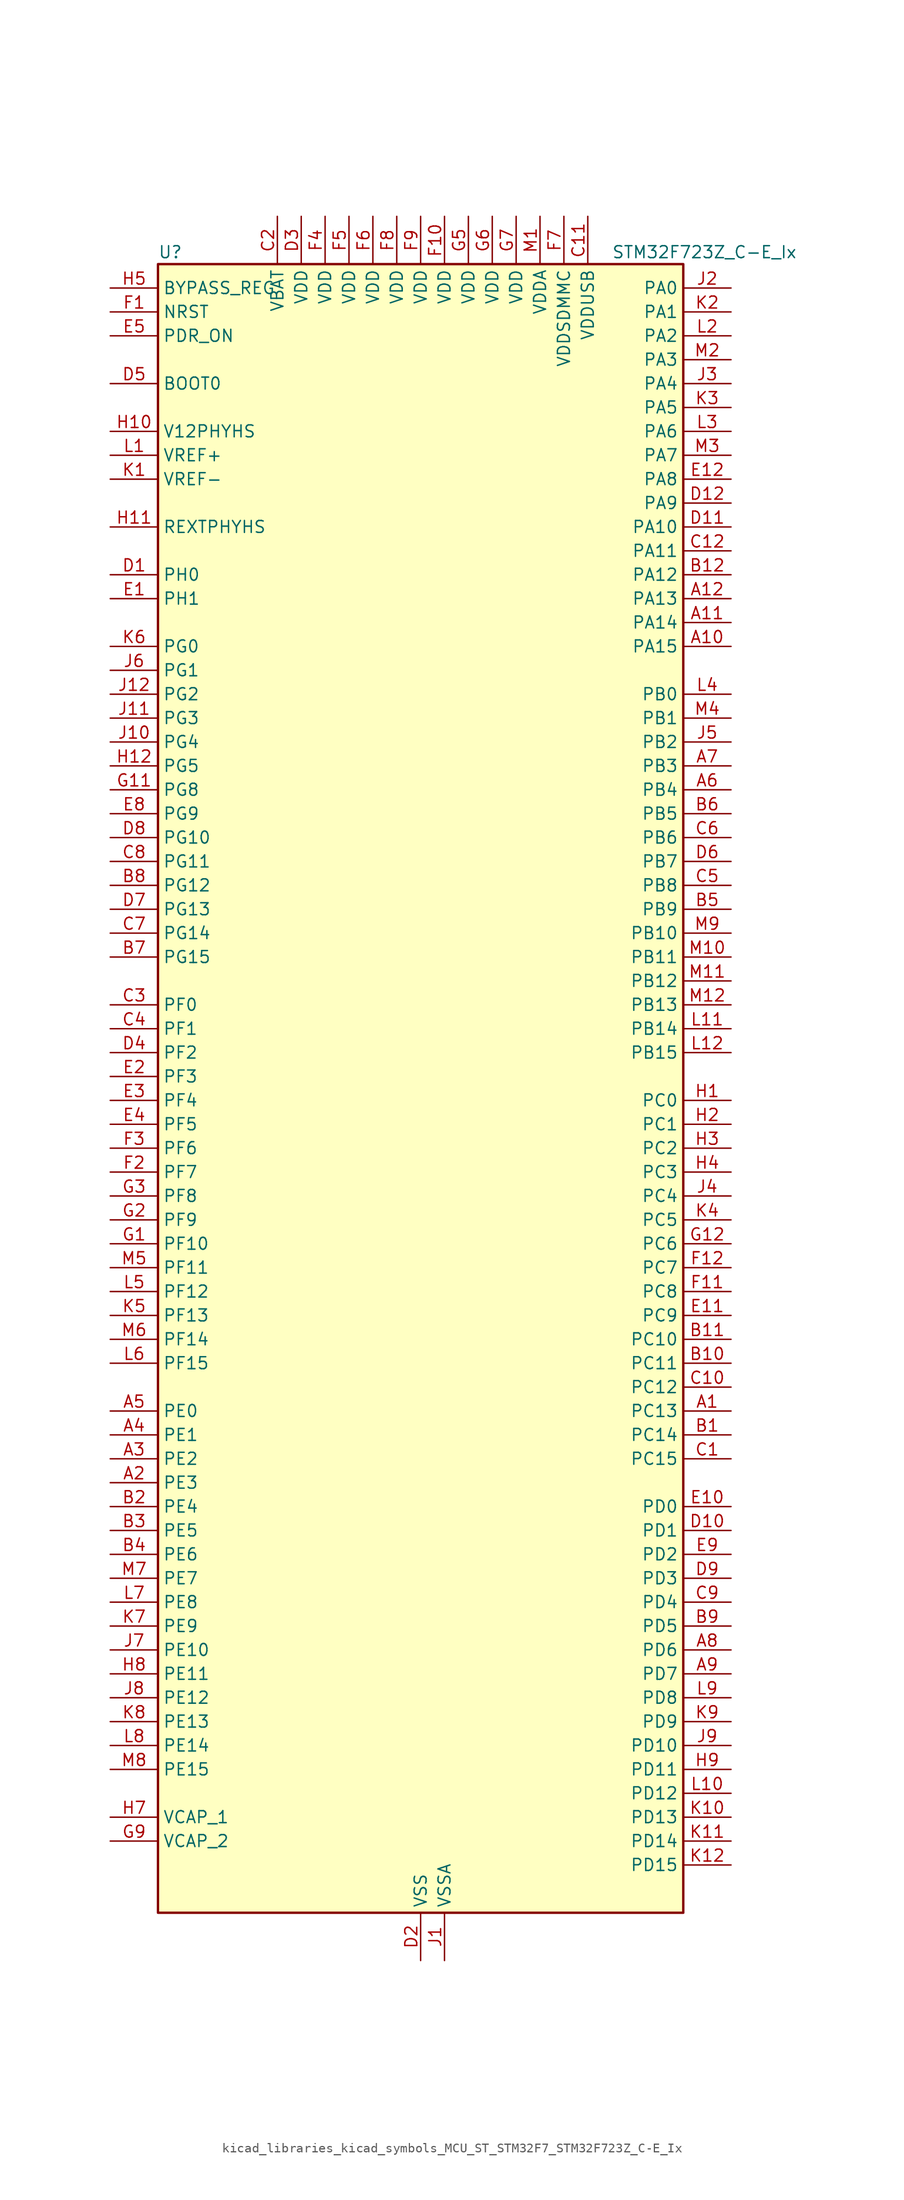
<source format=kicad_sym>
(kicad_symbol_lib
  (version 20220914)
  (generator kicad_symbol_editor)
  (symbol "kicad_libraries_kicad_symbols_MCU_ST_STM32F7_STM32F723Z_C-E_Ix"
    (property "Reference" "U"
      (at -27.94 90.17 0)
      (effects (font (size 1.27 1.27)) (justify left)))
    (property "Value" "STM32F723Z_C-E_Ix"
      (at 20.32 90.17 0)
      (effects (font (size 1.27 1.27)) (justify left)))
    (property "ki_locked" ""
      (at 0 0 0)
      (effects (font (size 1.27 1.27))))
    (symbol "kicad_libraries_kicad_symbols_MCU_ST_STM32F7_STM32F723Z_C-E_Ix_0_1"
      (rectangle (start -27.94 -86.36) (end 27.94 88.9) (stroke (width 0.254) (type default)) (fill (type background))))
    (symbol "kicad_libraries_kicad_symbols_MCU_ST_STM32F7_STM32F723Z_C-E_Ix_1_1"
      (pin bidirectional line (at 33.02 -33.02 180) (length 5.08) (name "PC13" (effects (font (size 1.27 1.27)))) (number "A1" (effects (font (size 1.27 1.27)))) (alternate "RTC_OUT" bidirectional line) (alternate "RTC_TAMP1" bidirectional line) (alternate "RTC_TS" bidirectional line) (alternate "SYS_WKUP4" bidirectional line))
      (pin bidirectional line (at 33.02 48.26 180) (length 5.08) (name "PA15" (effects (font (size 1.27 1.27)))) (number "A10" (effects (font (size 1.27 1.27)))) (alternate "I2S1_WS" bidirectional line) (alternate "I2S3_WS" bidirectional line) (alternate "SPI1_NSS" bidirectional line) (alternate "SPI3_NSS" bidirectional line) (alternate "SYS_JTDI" bidirectional line) (alternate "TIM2_CH1" bidirectional line) (alternate "TIM2_ETR" bidirectional line) (alternate "UART4_DE" bidirectional line) (alternate "UART4_RTS" bidirectional line))
      (pin bidirectional line (at 33.02 50.8 180) (length 5.08) (name "PA14" (effects (font (size 1.27 1.27)))) (number "A11" (effects (font (size 1.27 1.27)))) (alternate "SYS_JTCK-SWCLK" bidirectional line))
      (pin bidirectional line (at 33.02 53.34 180) (length 5.08) (name "PA13" (effects (font (size 1.27 1.27)))) (number "A12" (effects (font (size 1.27 1.27)))) (alternate "SYS_JTMS-SWDIO" bidirectional line))
      (pin bidirectional line (at -33.02 -40.64 0) (length 5.08) (name "PE3" (effects (font (size 1.27 1.27)))) (number "A2" (effects (font (size 1.27 1.27)))) (alternate "FMC_A19" bidirectional line) (alternate "SAI1_SD_B" bidirectional line) (alternate "SYS_TRACED0" bidirectional line))
      (pin bidirectional line (at -33.02 -38.1 0) (length 5.08) (name "PE2" (effects (font (size 1.27 1.27)))) (number "A3" (effects (font (size 1.27 1.27)))) (alternate "FMC_A23" bidirectional line) (alternate "QUADSPI_BK1_IO2" bidirectional line) (alternate "SAI1_MCLK_A" bidirectional line) (alternate "SPI4_SCK" bidirectional line) (alternate "SYS_TRACECLK" bidirectional line))
      (pin bidirectional line (at -33.02 -35.56 0) (length 5.08) (name "PE1" (effects (font (size 1.27 1.27)))) (number "A4" (effects (font (size 1.27 1.27)))) (alternate "FMC_NBL1" bidirectional line) (alternate "LPTIM1_IN2" bidirectional line) (alternate "UART8_TX" bidirectional line))
      (pin bidirectional line (at -33.02 -33.02 0) (length 5.08) (name "PE0" (effects (font (size 1.27 1.27)))) (number "A5" (effects (font (size 1.27 1.27)))) (alternate "FMC_NBL0" bidirectional line) (alternate "LPTIM1_ETR" bidirectional line) (alternate "SAI2_MCLK_A" bidirectional line) (alternate "TIM4_ETR" bidirectional line) (alternate "UART8_RX" bidirectional line))
      (pin bidirectional line (at 33.02 33.02 180) (length 5.08) (name "PB4" (effects (font (size 1.27 1.27)))) (number "A6" (effects (font (size 1.27 1.27)))) (alternate "I2S2_WS" bidirectional line) (alternate "SDMMC2_D3" bidirectional line) (alternate "SPI1_MISO" bidirectional line) (alternate "SPI2_NSS" bidirectional line) (alternate "SPI3_MISO" bidirectional line) (alternate "SYS_JTRST" bidirectional line) (alternate "TIM3_CH1" bidirectional line))
      (pin bidirectional line (at 33.02 35.56 180) (length 5.08) (name "PB3" (effects (font (size 1.27 1.27)))) (number "A7" (effects (font (size 1.27 1.27)))) (alternate "I2S1_CK" bidirectional line) (alternate "I2S3_CK" bidirectional line) (alternate "SDMMC2_D2" bidirectional line) (alternate "SPI1_SCK" bidirectional line) (alternate "SPI3_SCK" bidirectional line) (alternate "SYS_JTDO-SWO" bidirectional line) (alternate "TIM2_CH2" bidirectional line))
      (pin bidirectional line (at 33.02 -58.42 180) (length 5.08) (name "PD6" (effects (font (size 1.27 1.27)))) (number "A8" (effects (font (size 1.27 1.27)))) (alternate "FMC_NWAIT" bidirectional line) (alternate "I2S3_SD" bidirectional line) (alternate "SAI1_SD_A" bidirectional line) (alternate "SDMMC2_CK" bidirectional line) (alternate "SPI3_MOSI" bidirectional line) (alternate "USART2_RX" bidirectional line))
      (pin bidirectional line (at 33.02 -60.96 180) (length 5.08) (name "PD7" (effects (font (size 1.27 1.27)))) (number "A9" (effects (font (size 1.27 1.27)))) (alternate "FMC_NE1" bidirectional line) (alternate "SDMMC2_CMD" bidirectional line) (alternate "USART2_CK" bidirectional line))
      (pin bidirectional line (at 33.02 -35.56 180) (length 5.08) (name "PC14" (effects (font (size 1.27 1.27)))) (number "B1" (effects (font (size 1.27 1.27)))) (alternate "RCC_OSC32_IN" bidirectional line))
      (pin bidirectional line (at 33.02 -27.94 180) (length 5.08) (name "PC11" (effects (font (size 1.27 1.27)))) (number "B10" (effects (font (size 1.27 1.27)))) (alternate "ADC1_EXTI11" bidirectional line) (alternate "ADC2_EXTI11" bidirectional line) (alternate "ADC3_EXTI11" bidirectional line) (alternate "QUADSPI_BK2_NCS" bidirectional line) (alternate "SDMMC1_D3" bidirectional line) (alternate "SPI3_MISO" bidirectional line) (alternate "UART4_RX" bidirectional line) (alternate "USART3_RX" bidirectional line))
      (pin bidirectional line (at 33.02 -25.4 180) (length 5.08) (name "PC10" (effects (font (size 1.27 1.27)))) (number "B11" (effects (font (size 1.27 1.27)))) (alternate "I2S3_CK" bidirectional line) (alternate "QUADSPI_BK1_IO1" bidirectional line) (alternate "SDMMC1_D2" bidirectional line) (alternate "SPI3_SCK" bidirectional line) (alternate "UART4_TX" bidirectional line) (alternate "USART3_TX" bidirectional line))
      (pin bidirectional line (at 33.02 55.88 180) (length 5.08) (name "PA12" (effects (font (size 1.27 1.27)))) (number "B12" (effects (font (size 1.27 1.27)))) (alternate "CAN1_TX" bidirectional line) (alternate "SAI2_FS_B" bidirectional line) (alternate "TIM1_ETR" bidirectional line) (alternate "USART1_DE" bidirectional line) (alternate "USART1_RTS" bidirectional line) (alternate "USB_OTG_FS_DP" bidirectional line))
      (pin bidirectional line (at -33.02 -43.18 0) (length 5.08) (name "PE4" (effects (font (size 1.27 1.27)))) (number "B2" (effects (font (size 1.27 1.27)))) (alternate "FMC_A20" bidirectional line) (alternate "SAI1_FS_A" bidirectional line) (alternate "SPI4_NSS" bidirectional line) (alternate "SYS_TRACED1" bidirectional line))
      (pin bidirectional line (at -33.02 -45.72 0) (length 5.08) (name "PE5" (effects (font (size 1.27 1.27)))) (number "B3" (effects (font (size 1.27 1.27)))) (alternate "FMC_A21" bidirectional line) (alternate "SAI1_SCK_A" bidirectional line) (alternate "SPI4_MISO" bidirectional line) (alternate "SYS_TRACED2" bidirectional line) (alternate "TIM9_CH1" bidirectional line))
      (pin bidirectional line (at -33.02 -48.26 0) (length 5.08) (name "PE6" (effects (font (size 1.27 1.27)))) (number "B4" (effects (font (size 1.27 1.27)))) (alternate "FMC_A22" bidirectional line) (alternate "SAI1_SD_A" bidirectional line) (alternate "SAI2_MCLK_B" bidirectional line) (alternate "SPI4_MOSI" bidirectional line) (alternate "SYS_TRACED3" bidirectional line) (alternate "TIM1_BKIN2" bidirectional line) (alternate "TIM9_CH2" bidirectional line))
      (pin bidirectional line (at 33.02 20.32 180) (length 5.08) (name "PB9" (effects (font (size 1.27 1.27)))) (number "B5" (effects (font (size 1.27 1.27)))) (alternate "CAN1_TX" bidirectional line) (alternate "DAC_EXTI9" bidirectional line) (alternate "I2C1_SDA" bidirectional line) (alternate "I2S2_WS" bidirectional line) (alternate "SDMMC1_D5" bidirectional line) (alternate "SDMMC2_D5" bidirectional line) (alternate "SPI2_NSS" bidirectional line) (alternate "TIM11_CH1" bidirectional line) (alternate "TIM4_CH4" bidirectional line))
      (pin bidirectional line (at 33.02 30.48 180) (length 5.08) (name "PB5" (effects (font (size 1.27 1.27)))) (number "B6" (effects (font (size 1.27 1.27)))) (alternate "FMC_SDCKE1" bidirectional line) (alternate "I2C1_SMBA" bidirectional line) (alternate "I2S1_SD" bidirectional line) (alternate "I2S3_SD" bidirectional line) (alternate "SPI1_MOSI" bidirectional line) (alternate "SPI3_MOSI" bidirectional line) (alternate "TIM3_CH2" bidirectional line))
      (pin bidirectional line (at -33.02 15.24 0) (length 5.08) (name "PG15" (effects (font (size 1.27 1.27)))) (number "B7" (effects (font (size 1.27 1.27)))) (alternate "FMC_SDNCAS" bidirectional line) (alternate "USART6_CTS" bidirectional line))
      (pin bidirectional line (at -33.02 22.86 0) (length 5.08) (name "PG12" (effects (font (size 1.27 1.27)))) (number "B8" (effects (font (size 1.27 1.27)))) (alternate "FMC_NE4" bidirectional line) (alternate "LPTIM1_IN1" bidirectional line) (alternate "SDMMC2_D3" bidirectional line) (alternate "USART6_DE" bidirectional line) (alternate "USART6_RTS" bidirectional line))
      (pin bidirectional line (at 33.02 -55.88 180) (length 5.08) (name "PD5" (effects (font (size 1.27 1.27)))) (number "B9" (effects (font (size 1.27 1.27)))) (alternate "FMC_NWE" bidirectional line) (alternate "USART2_TX" bidirectional line))
      (pin bidirectional line (at 33.02 -38.1 180) (length 5.08) (name "PC15" (effects (font (size 1.27 1.27)))) (number "C1" (effects (font (size 1.27 1.27)))) (alternate "RCC_OSC32_OUT" bidirectional line))
      (pin bidirectional line (at 33.02 -30.48 180) (length 5.08) (name "PC12" (effects (font (size 1.27 1.27)))) (number "C10" (effects (font (size 1.27 1.27)))) (alternate "I2S3_SD" bidirectional line) (alternate "SDMMC1_CK" bidirectional line) (alternate "SPI3_MOSI" bidirectional line) (alternate "SYS_TRACED3" bidirectional line) (alternate "UART5_TX" bidirectional line) (alternate "USART3_CK" bidirectional line))
      (pin power_in line (at 17.78 93.98 270) (length 5.08) (name "VDDUSB" (effects (font (size 1.27 1.27)))) (number "C11" (effects (font (size 1.27 1.27)))))
      (pin bidirectional line (at 33.02 58.42 180) (length 5.08) (name "PA11" (effects (font (size 1.27 1.27)))) (number "C12" (effects (font (size 1.27 1.27)))) (alternate "ADC1_EXTI11" bidirectional line) (alternate "ADC2_EXTI11" bidirectional line) (alternate "ADC3_EXTI11" bidirectional line) (alternate "CAN1_RX" bidirectional line) (alternate "TIM1_CH4" bidirectional line) (alternate "USART1_CTS" bidirectional line) (alternate "USB_OTG_FS_DM" bidirectional line))
      (pin power_in line (at -15.24 93.98 270) (length 5.08) (name "VBAT" (effects (font (size 1.27 1.27)))) (number "C2" (effects (font (size 1.27 1.27)))))
      (pin bidirectional line (at -33.02 10.16 0) (length 5.08) (name "PF0" (effects (font (size 1.27 1.27)))) (number "C3" (effects (font (size 1.27 1.27)))) (alternate "FMC_A0" bidirectional line) (alternate "I2C2_SDA" bidirectional line))
      (pin bidirectional line (at -33.02 7.62 0) (length 5.08) (name "PF1" (effects (font (size 1.27 1.27)))) (number "C4" (effects (font (size 1.27 1.27)))) (alternate "FMC_A1" bidirectional line) (alternate "I2C2_SCL" bidirectional line))
      (pin bidirectional line (at 33.02 22.86 180) (length 5.08) (name "PB8" (effects (font (size 1.27 1.27)))) (number "C5" (effects (font (size 1.27 1.27)))) (alternate "CAN1_RX" bidirectional line) (alternate "I2C1_SCL" bidirectional line) (alternate "SDMMC1_D4" bidirectional line) (alternate "SDMMC2_D4" bidirectional line) (alternate "TIM10_CH1" bidirectional line) (alternate "TIM4_CH3" bidirectional line))
      (pin bidirectional line (at 33.02 27.94 180) (length 5.08) (name "PB6" (effects (font (size 1.27 1.27)))) (number "C6" (effects (font (size 1.27 1.27)))) (alternate "FMC_SDNE1" bidirectional line) (alternate "I2C1_SCL" bidirectional line) (alternate "QUADSPI_BK1_NCS" bidirectional line) (alternate "TIM4_CH1" bidirectional line) (alternate "USART1_TX" bidirectional line))
      (pin bidirectional line (at -33.02 17.78 0) (length 5.08) (name "PG14" (effects (font (size 1.27 1.27)))) (number "C7" (effects (font (size 1.27 1.27)))) (alternate "FMC_A25" bidirectional line) (alternate "LPTIM1_ETR" bidirectional line) (alternate "QUADSPI_BK2_IO3" bidirectional line) (alternate "SYS_TRACED1" bidirectional line) (alternate "USART6_TX" bidirectional line))
      (pin bidirectional line (at -33.02 25.4 0) (length 5.08) (name "PG11" (effects (font (size 1.27 1.27)))) (number "C8" (effects (font (size 1.27 1.27)))) (alternate "ADC1_EXTI11" bidirectional line) (alternate "ADC2_EXTI11" bidirectional line) (alternate "ADC3_EXTI11" bidirectional line) (alternate "FMC_INT" bidirectional line) (alternate "SDMMC2_D2" bidirectional line))
      (pin bidirectional line (at 33.02 -53.34 180) (length 5.08) (name "PD4" (effects (font (size 1.27 1.27)))) (number "C9" (effects (font (size 1.27 1.27)))) (alternate "FMC_NOE" bidirectional line) (alternate "USART2_DE" bidirectional line) (alternate "USART2_RTS" bidirectional line))
      (pin bidirectional line (at -33.02 55.88 0) (length 5.08) (name "PH0" (effects (font (size 1.27 1.27)))) (number "D1" (effects (font (size 1.27 1.27)))) (alternate "RCC_OSC_IN" bidirectional line))
      (pin bidirectional line (at 33.02 -45.72 180) (length 5.08) (name "PD1" (effects (font (size 1.27 1.27)))) (number "D10" (effects (font (size 1.27 1.27)))) (alternate "CAN1_TX" bidirectional line) (alternate "FMC_D3" bidirectional line) (alternate "FMC_DA3" bidirectional line))
      (pin bidirectional line (at 33.02 60.96 180) (length 5.08) (name "PA10" (effects (font (size 1.27 1.27)))) (number "D11" (effects (font (size 1.27 1.27)))) (alternate "TIM1_CH3" bidirectional line) (alternate "USART1_RX" bidirectional line) (alternate "USB_OTG_FS_ID" bidirectional line))
      (pin bidirectional line (at 33.02 63.5 180) (length 5.08) (name "PA9" (effects (font (size 1.27 1.27)))) (number "D12" (effects (font (size 1.27 1.27)))) (alternate "DAC_EXTI9" bidirectional line) (alternate "I2C3_SMBA" bidirectional line) (alternate "I2S2_CK" bidirectional line) (alternate "SPI2_SCK" bidirectional line) (alternate "TIM1_CH2" bidirectional line) (alternate "USART1_TX" bidirectional line) (alternate "USB_OTG_FS_VBUS" bidirectional line))
      (pin power_in line (at 0 -91.44 90) (length 5.08) (name "VSS" (effects (font (size 1.27 1.27)))) (number "D2" (effects (font (size 1.27 1.27)))))
      (pin power_in line (at -12.7 93.98 270) (length 5.08) (name "VDD" (effects (font (size 1.27 1.27)))) (number "D3" (effects (font (size 1.27 1.27)))))
      (pin bidirectional line (at -33.02 5.08 0) (length 5.08) (name "PF2" (effects (font (size 1.27 1.27)))) (number "D4" (effects (font (size 1.27 1.27)))) (alternate "FMC_A2" bidirectional line) (alternate "I2C2_SMBA" bidirectional line))
      (pin input line (at -33.02 76.2 0) (length 5.08) (name "BOOT0" (effects (font (size 1.27 1.27)))) (number "D5" (effects (font (size 1.27 1.27)))))
      (pin bidirectional line (at 33.02 25.4 180) (length 5.08) (name "PB7" (effects (font (size 1.27 1.27)))) (number "D6" (effects (font (size 1.27 1.27)))) (alternate "FMC_NL" bidirectional line) (alternate "I2C1_SDA" bidirectional line) (alternate "TIM4_CH2" bidirectional line) (alternate "USART1_RX" bidirectional line))
      (pin bidirectional line (at -33.02 20.32 0) (length 5.08) (name "PG13" (effects (font (size 1.27 1.27)))) (number "D7" (effects (font (size 1.27 1.27)))) (alternate "FMC_A24" bidirectional line) (alternate "LPTIM1_OUT" bidirectional line) (alternate "SYS_TRACED0" bidirectional line) (alternate "USART6_CTS" bidirectional line))
      (pin bidirectional line (at -33.02 27.94 0) (length 5.08) (name "PG10" (effects (font (size 1.27 1.27)))) (number "D8" (effects (font (size 1.27 1.27)))) (alternate "FMC_NE3" bidirectional line) (alternate "SAI2_SD_B" bidirectional line) (alternate "SDMMC2_D1" bidirectional line))
      (pin bidirectional line (at 33.02 -50.8 180) (length 5.08) (name "PD3" (effects (font (size 1.27 1.27)))) (number "D9" (effects (font (size 1.27 1.27)))) (alternate "FMC_CLK" bidirectional line) (alternate "I2S2_CK" bidirectional line) (alternate "SPI2_SCK" bidirectional line) (alternate "USART2_CTS" bidirectional line))
      (pin bidirectional line (at -33.02 53.34 0) (length 5.08) (name "PH1" (effects (font (size 1.27 1.27)))) (number "E1" (effects (font (size 1.27 1.27)))) (alternate "RCC_OSC_OUT" bidirectional line))
      (pin bidirectional line (at 33.02 -43.18 180) (length 5.08) (name "PD0" (effects (font (size 1.27 1.27)))) (number "E10" (effects (font (size 1.27 1.27)))) (alternate "CAN1_RX" bidirectional line) (alternate "FMC_D2" bidirectional line) (alternate "FMC_DA2" bidirectional line))
      (pin bidirectional line (at 33.02 -22.86 180) (length 5.08) (name "PC9" (effects (font (size 1.27 1.27)))) (number "E11" (effects (font (size 1.27 1.27)))) (alternate "DAC_EXTI9" bidirectional line) (alternate "I2C3_SDA" bidirectional line) (alternate "I2S_CKIN" bidirectional line) (alternate "QUADSPI_BK1_IO0" bidirectional line) (alternate "RCC_MCO_2" bidirectional line) (alternate "SDMMC1_D1" bidirectional line) (alternate "TIM3_CH4" bidirectional line) (alternate "TIM8_CH4" bidirectional line) (alternate "UART5_CTS" bidirectional line))
      (pin bidirectional line (at 33.02 66.04 180) (length 5.08) (name "PA8" (effects (font (size 1.27 1.27)))) (number "E12" (effects (font (size 1.27 1.27)))) (alternate "I2C3_SCL" bidirectional line) (alternate "RCC_MCO_1" bidirectional line) (alternate "TIM1_CH1" bidirectional line) (alternate "TIM8_BKIN2" bidirectional line) (alternate "USART1_CK" bidirectional line) (alternate "USB_OTG_FS_SOF" bidirectional line))
      (pin bidirectional line (at -33.02 2.54 0) (length 5.08) (name "PF3" (effects (font (size 1.27 1.27)))) (number "E2" (effects (font (size 1.27 1.27)))) (alternate "ADC3_IN9" bidirectional line) (alternate "FMC_A3" bidirectional line))
      (pin bidirectional line (at -33.02 0 0) (length 5.08) (name "PF4" (effects (font (size 1.27 1.27)))) (number "E3" (effects (font (size 1.27 1.27)))) (alternate "ADC3_IN14" bidirectional line) (alternate "FMC_A4" bidirectional line))
      (pin bidirectional line (at -33.02 -2.54 0) (length 5.08) (name "PF5" (effects (font (size 1.27 1.27)))) (number "E4" (effects (font (size 1.27 1.27)))) (alternate "ADC3_IN15" bidirectional line) (alternate "FMC_A5" bidirectional line))
      (pin input line (at -33.02 81.28 0) (length 5.08) (name "PDR_ON" (effects (font (size 1.27 1.27)))) (number "E5" (effects (font (size 1.27 1.27)))))
      (pin passive line (at 0 -91.44 90) (length 5.08) hide (name "VSS" (effects (font (size 1.27 1.27)))) (number "E6" (effects (font (size 1.27 1.27)))))
      (pin passive line (at 0 -91.44 90) (length 5.08) hide (name "VSS" (effects (font (size 1.27 1.27)))) (number "E7" (effects (font (size 1.27 1.27)))))
      (pin bidirectional line (at -33.02 30.48 0) (length 5.08) (name "PG9" (effects (font (size 1.27 1.27)))) (number "E8" (effects (font (size 1.27 1.27)))) (alternate "DAC_EXTI9" bidirectional line) (alternate "FMC_NCE" bidirectional line) (alternate "FMC_NE2" bidirectional line) (alternate "QUADSPI_BK2_IO2" bidirectional line) (alternate "SAI2_FS_B" bidirectional line) (alternate "SDMMC2_D0" bidirectional line) (alternate "USART6_RX" bidirectional line))
      (pin bidirectional line (at 33.02 -48.26 180) (length 5.08) (name "PD2" (effects (font (size 1.27 1.27)))) (number "E9" (effects (font (size 1.27 1.27)))) (alternate "SDMMC1_CMD" bidirectional line) (alternate "SYS_TRACED2" bidirectional line) (alternate "TIM3_ETR" bidirectional line) (alternate "UART5_RX" bidirectional line))
      (pin input line (at -33.02 83.82 0) (length 5.08) (name "NRST" (effects (font (size 1.27 1.27)))) (number "F1" (effects (font (size 1.27 1.27)))))
      (pin power_in line (at 2.54 93.98 270) (length 5.08) (name "VDD" (effects (font (size 1.27 1.27)))) (number "F10" (effects (font (size 1.27 1.27)))))
      (pin bidirectional line (at 33.02 -20.32 180) (length 5.08) (name "PC8" (effects (font (size 1.27 1.27)))) (number "F11" (effects (font (size 1.27 1.27)))) (alternate "SDMMC1_D0" bidirectional line) (alternate "SYS_TRACED1" bidirectional line) (alternate "TIM3_CH3" bidirectional line) (alternate "TIM8_CH3" bidirectional line) (alternate "UART5_DE" bidirectional line) (alternate "UART5_RTS" bidirectional line) (alternate "USART6_CK" bidirectional line))
      (pin bidirectional line (at 33.02 -17.78 180) (length 5.08) (name "PC7" (effects (font (size 1.27 1.27)))) (number "F12" (effects (font (size 1.27 1.27)))) (alternate "I2S3_MCK" bidirectional line) (alternate "SDMMC1_D7" bidirectional line) (alternate "SDMMC2_D7" bidirectional line) (alternate "TIM3_CH2" bidirectional line) (alternate "TIM8_CH2" bidirectional line) (alternate "USART6_RX" bidirectional line))
      (pin bidirectional line (at -33.02 -7.62 0) (length 5.08) (name "PF7" (effects (font (size 1.27 1.27)))) (number "F2" (effects (font (size 1.27 1.27)))) (alternate "ADC3_IN5" bidirectional line) (alternate "QUADSPI_BK1_IO2" bidirectional line) (alternate "SAI1_MCLK_B" bidirectional line) (alternate "SPI5_SCK" bidirectional line) (alternate "TIM11_CH1" bidirectional line) (alternate "UART7_TX" bidirectional line))
      (pin bidirectional line (at -33.02 -5.08 0) (length 5.08) (name "PF6" (effects (font (size 1.27 1.27)))) (number "F3" (effects (font (size 1.27 1.27)))) (alternate "ADC3_IN4" bidirectional line) (alternate "QUADSPI_BK1_IO3" bidirectional line) (alternate "SAI1_SD_B" bidirectional line) (alternate "SPI5_NSS" bidirectional line) (alternate "TIM10_CH1" bidirectional line) (alternate "UART7_RX" bidirectional line))
      (pin power_in line (at -10.16 93.98 270) (length 5.08) (name "VDD" (effects (font (size 1.27 1.27)))) (number "F4" (effects (font (size 1.27 1.27)))))
      (pin power_in line (at -7.62 93.98 270) (length 5.08) (name "VDD" (effects (font (size 1.27 1.27)))) (number "F5" (effects (font (size 1.27 1.27)))))
      (pin power_in line (at -5.08 93.98 270) (length 5.08) (name "VDD" (effects (font (size 1.27 1.27)))) (number "F6" (effects (font (size 1.27 1.27)))))
      (pin power_in line (at 15.24 93.98 270) (length 5.08) (name "VDDSDMMC" (effects (font (size 1.27 1.27)))) (number "F7" (effects (font (size 1.27 1.27)))))
      (pin power_in line (at -2.54 93.98 270) (length 5.08) (name "VDD" (effects (font (size 1.27 1.27)))) (number "F8" (effects (font (size 1.27 1.27)))))
      (pin power_in line (at 0 93.98 270) (length 5.08) (name "VDD" (effects (font (size 1.27 1.27)))) (number "F9" (effects (font (size 1.27 1.27)))))
      (pin bidirectional line (at -33.02 -15.24 0) (length 5.08) (name "PF10" (effects (font (size 1.27 1.27)))) (number "G1" (effects (font (size 1.27 1.27)))) (alternate "ADC3_IN8" bidirectional line))
      (pin passive line (at 0 -91.44 90) (length 5.08) hide (name "VSS" (effects (font (size 1.27 1.27)))) (number "G10" (effects (font (size 1.27 1.27)))))
      (pin bidirectional line (at -33.02 33.02 0) (length 5.08) (name "PG8" (effects (font (size 1.27 1.27)))) (number "G11" (effects (font (size 1.27 1.27)))) (alternate "FMC_SDCLK" bidirectional line) (alternate "USART6_DE" bidirectional line) (alternate "USART6_RTS" bidirectional line))
      (pin bidirectional line (at 33.02 -15.24 180) (length 5.08) (name "PC6" (effects (font (size 1.27 1.27)))) (number "G12" (effects (font (size 1.27 1.27)))) (alternate "I2S2_MCK" bidirectional line) (alternate "SDMMC1_D6" bidirectional line) (alternate "SDMMC2_D6" bidirectional line) (alternate "TIM3_CH1" bidirectional line) (alternate "TIM8_CH1" bidirectional line) (alternate "USART6_TX" bidirectional line))
      (pin bidirectional line (at -33.02 -12.7 0) (length 5.08) (name "PF9" (effects (font (size 1.27 1.27)))) (number "G2" (effects (font (size 1.27 1.27)))) (alternate "ADC3_IN7" bidirectional line) (alternate "DAC_EXTI9" bidirectional line) (alternate "QUADSPI_BK1_IO1" bidirectional line) (alternate "SAI1_FS_B" bidirectional line) (alternate "SPI5_MOSI" bidirectional line) (alternate "TIM14_CH1" bidirectional line) (alternate "UART7_CTS" bidirectional line))
      (pin bidirectional line (at -33.02 -10.16 0) (length 5.08) (name "PF8" (effects (font (size 1.27 1.27)))) (number "G3" (effects (font (size 1.27 1.27)))) (alternate "ADC3_IN6" bidirectional line) (alternate "QUADSPI_BK1_IO0" bidirectional line) (alternate "SAI1_SCK_B" bidirectional line) (alternate "SPI5_MISO" bidirectional line) (alternate "TIM13_CH1" bidirectional line) (alternate "UART7_DE" bidirectional line) (alternate "UART7_RTS" bidirectional line))
      (pin passive line (at 0 -91.44 90) (length 5.08) hide (name "VSS" (effects (font (size 1.27 1.27)))) (number "G4" (effects (font (size 1.27 1.27)))))
      (pin power_in line (at 5.08 93.98 270) (length 5.08) (name "VDD" (effects (font (size 1.27 1.27)))) (number "G5" (effects (font (size 1.27 1.27)))))
      (pin power_in line (at 7.62 93.98 270) (length 5.08) (name "VDD" (effects (font (size 1.27 1.27)))) (number "G6" (effects (font (size 1.27 1.27)))))
      (pin power_in line (at 10.16 93.98 270) (length 5.08) (name "VDD" (effects (font (size 1.27 1.27)))) (number "G7" (effects (font (size 1.27 1.27)))))
      (pin passive line (at 0 -91.44 90) (length 5.08) hide (name "VSS" (effects (font (size 1.27 1.27)))) (number "G8" (effects (font (size 1.27 1.27)))))
      (pin power_out line (at -33.02 -78.74 0) (length 5.08) (name "VCAP_2" (effects (font (size 1.27 1.27)))) (number "G9" (effects (font (size 1.27 1.27)))))
      (pin bidirectional line (at 33.02 0 180) (length 5.08) (name "PC0" (effects (font (size 1.27 1.27)))) (number "H1" (effects (font (size 1.27 1.27)))) (alternate "ADC1_IN10" bidirectional line) (alternate "ADC2_IN10" bidirectional line) (alternate "ADC3_IN10" bidirectional line) (alternate "FMC_SDNWE" bidirectional line) (alternate "SAI2_FS_B" bidirectional line))
      (pin power_in line (at -33.02 71.12 0) (length 5.08) (name "V12PHYHS" (effects (font (size 1.27 1.27)))) (number "H10" (effects (font (size 1.27 1.27)))))
      (pin bidirectional line (at -33.02 60.96 0) (length 5.08) (name "REXTPHYHS" (effects (font (size 1.27 1.27)))) (number "H11" (effects (font (size 1.27 1.27)))) (alternate "USB_OTG_HS_REXTPHYHS" bidirectional line))
      (pin bidirectional line (at -33.02 35.56 0) (length 5.08) (name "PG5" (effects (font (size 1.27 1.27)))) (number "H12" (effects (font (size 1.27 1.27)))) (alternate "FMC_A15" bidirectional line) (alternate "FMC_BA1" bidirectional line))
      (pin bidirectional line (at 33.02 -2.54 180) (length 5.08) (name "PC1" (effects (font (size 1.27 1.27)))) (number "H2" (effects (font (size 1.27 1.27)))) (alternate "ADC1_IN11" bidirectional line) (alternate "ADC2_IN11" bidirectional line) (alternate "ADC3_IN11" bidirectional line) (alternate "I2S2_SD" bidirectional line) (alternate "RTC_TAMP3" bidirectional line) (alternate "RTC_TS" bidirectional line) (alternate "SAI1_SD_A" bidirectional line) (alternate "SPI2_MOSI" bidirectional line) (alternate "SYS_TRACED0" bidirectional line) (alternate "SYS_WKUP3" bidirectional line))
      (pin bidirectional line (at 33.02 -5.08 180) (length 5.08) (name "PC2" (effects (font (size 1.27 1.27)))) (number "H3" (effects (font (size 1.27 1.27)))) (alternate "ADC1_IN12" bidirectional line) (alternate "ADC2_IN12" bidirectional line) (alternate "ADC3_IN12" bidirectional line) (alternate "FMC_SDNE0" bidirectional line) (alternate "SPI2_MISO" bidirectional line))
      (pin bidirectional line (at 33.02 -7.62 180) (length 5.08) (name "PC3" (effects (font (size 1.27 1.27)))) (number "H4" (effects (font (size 1.27 1.27)))) (alternate "ADC1_IN13" bidirectional line) (alternate "ADC2_IN13" bidirectional line) (alternate "ADC3_IN13" bidirectional line) (alternate "FMC_SDCKE0" bidirectional line) (alternate "I2S2_SD" bidirectional line) (alternate "SPI2_MOSI" bidirectional line))
      (pin input line (at -33.02 86.36 0) (length 5.08) (name "BYPASS_REG" (effects (font (size 1.27 1.27)))) (number "H5" (effects (font (size 1.27 1.27)))))
      (pin passive line (at 0 -91.44 90) (length 5.08) hide (name "VSS" (effects (font (size 1.27 1.27)))) (number "H6" (effects (font (size 1.27 1.27)))))
      (pin power_out line (at -33.02 -76.2 0) (length 5.08) (name "VCAP_1" (effects (font (size 1.27 1.27)))) (number "H7" (effects (font (size 1.27 1.27)))))
      (pin bidirectional line (at -33.02 -60.96 0) (length 5.08) (name "PE11" (effects (font (size 1.27 1.27)))) (number "H8" (effects (font (size 1.27 1.27)))) (alternate "ADC1_EXTI11" bidirectional line) (alternate "ADC2_EXTI11" bidirectional line) (alternate "ADC3_EXTI11" bidirectional line) (alternate "FMC_D8" bidirectional line) (alternate "FMC_DA8" bidirectional line) (alternate "SAI2_SD_B" bidirectional line) (alternate "SPI4_NSS" bidirectional line) (alternate "TIM1_CH2" bidirectional line))
      (pin bidirectional line (at 33.02 -71.12 180) (length 5.08) (name "PD11" (effects (font (size 1.27 1.27)))) (number "H9" (effects (font (size 1.27 1.27)))) (alternate "ADC1_EXTI11" bidirectional line) (alternate "ADC2_EXTI11" bidirectional line) (alternate "ADC3_EXTI11" bidirectional line) (alternate "FMC_A16" bidirectional line) (alternate "FMC_CLE" bidirectional line) (alternate "QUADSPI_BK1_IO0" bidirectional line) (alternate "SAI2_SD_A" bidirectional line) (alternate "USART3_CTS" bidirectional line))
      (pin power_in line (at 2.54 -91.44 90) (length 5.08) (name "VSSA" (effects (font (size 1.27 1.27)))) (number "J1" (effects (font (size 1.27 1.27)))))
      (pin bidirectional line (at -33.02 38.1 0) (length 5.08) (name "PG4" (effects (font (size 1.27 1.27)))) (number "J10" (effects (font (size 1.27 1.27)))) (alternate "FMC_A14" bidirectional line) (alternate "FMC_BA0" bidirectional line))
      (pin bidirectional line (at -33.02 40.64 0) (length 5.08) (name "PG3" (effects (font (size 1.27 1.27)))) (number "J11" (effects (font (size 1.27 1.27)))) (alternate "FMC_A13" bidirectional line))
      (pin bidirectional line (at -33.02 43.18 0) (length 5.08) (name "PG2" (effects (font (size 1.27 1.27)))) (number "J12" (effects (font (size 1.27 1.27)))) (alternate "FMC_A12" bidirectional line))
      (pin bidirectional line (at 33.02 86.36 180) (length 5.08) (name "PA0" (effects (font (size 1.27 1.27)))) (number "J2" (effects (font (size 1.27 1.27)))) (alternate "ADC1_IN0" bidirectional line) (alternate "ADC2_IN0" bidirectional line) (alternate "ADC3_IN0" bidirectional line) (alternate "SAI2_SD_B" bidirectional line) (alternate "SYS_WKUP1" bidirectional line) (alternate "TIM2_CH1" bidirectional line) (alternate "TIM2_ETR" bidirectional line) (alternate "TIM5_CH1" bidirectional line) (alternate "TIM8_ETR" bidirectional line) (alternate "UART4_TX" bidirectional line) (alternate "USART2_CTS" bidirectional line))
      (pin bidirectional line (at 33.02 76.2 180) (length 5.08) (name "PA4" (effects (font (size 1.27 1.27)))) (number "J3" (effects (font (size 1.27 1.27)))) (alternate "ADC1_IN4" bidirectional line) (alternate "ADC2_IN4" bidirectional line) (alternate "DAC_OUT1" bidirectional line) (alternate "I2S1_WS" bidirectional line) (alternate "I2S3_WS" bidirectional line) (alternate "SPI1_NSS" bidirectional line) (alternate "SPI3_NSS" bidirectional line) (alternate "USART2_CK" bidirectional line) (alternate "USB_OTG_HS_SOF" bidirectional line))
      (pin bidirectional line (at 33.02 -10.16 180) (length 5.08) (name "PC4" (effects (font (size 1.27 1.27)))) (number "J4" (effects (font (size 1.27 1.27)))) (alternate "ADC1_IN14" bidirectional line) (alternate "ADC2_IN14" bidirectional line) (alternate "FMC_SDNE0" bidirectional line) (alternate "I2S1_MCK" bidirectional line))
      (pin bidirectional line (at 33.02 38.1 180) (length 5.08) (name "PB2" (effects (font (size 1.27 1.27)))) (number "J5" (effects (font (size 1.27 1.27)))) (alternate "I2S3_SD" bidirectional line) (alternate "QUADSPI_CLK" bidirectional line) (alternate "SAI1_SD_A" bidirectional line) (alternate "SPI3_MOSI" bidirectional line))
      (pin bidirectional line (at -33.02 45.72 0) (length 5.08) (name "PG1" (effects (font (size 1.27 1.27)))) (number "J6" (effects (font (size 1.27 1.27)))) (alternate "FMC_A11" bidirectional line))
      (pin bidirectional line (at -33.02 -58.42 0) (length 5.08) (name "PE10" (effects (font (size 1.27 1.27)))) (number "J7" (effects (font (size 1.27 1.27)))) (alternate "FMC_D7" bidirectional line) (alternate "FMC_DA7" bidirectional line) (alternate "QUADSPI_BK2_IO3" bidirectional line) (alternate "TIM1_CH2N" bidirectional line) (alternate "UART7_CTS" bidirectional line))
      (pin bidirectional line (at -33.02 -63.5 0) (length 5.08) (name "PE12" (effects (font (size 1.27 1.27)))) (number "J8" (effects (font (size 1.27 1.27)))) (alternate "FMC_D9" bidirectional line) (alternate "FMC_DA9" bidirectional line) (alternate "SAI2_SCK_B" bidirectional line) (alternate "SPI4_SCK" bidirectional line) (alternate "TIM1_CH3N" bidirectional line))
      (pin bidirectional line (at 33.02 -68.58 180) (length 5.08) (name "PD10" (effects (font (size 1.27 1.27)))) (number "J9" (effects (font (size 1.27 1.27)))) (alternate "FMC_D15" bidirectional line) (alternate "FMC_DA15" bidirectional line) (alternate "USART3_CK" bidirectional line))
      (pin input line (at -33.02 66.04 0) (length 5.08) (name "VREF-" (effects (font (size 1.27 1.27)))) (number "K1" (effects (font (size 1.27 1.27)))))
      (pin bidirectional line (at 33.02 -76.2 180) (length 5.08) (name "PD13" (effects (font (size 1.27 1.27)))) (number "K10" (effects (font (size 1.27 1.27)))) (alternate "FMC_A18" bidirectional line) (alternate "LPTIM1_OUT" bidirectional line) (alternate "QUADSPI_BK1_IO3" bidirectional line) (alternate "SAI2_SCK_A" bidirectional line) (alternate "TIM4_CH2" bidirectional line))
      (pin bidirectional line (at 33.02 -78.74 180) (length 5.08) (name "PD14" (effects (font (size 1.27 1.27)))) (number "K11" (effects (font (size 1.27 1.27)))) (alternate "FMC_D0" bidirectional line) (alternate "FMC_DA0" bidirectional line) (alternate "TIM4_CH3" bidirectional line) (alternate "UART8_CTS" bidirectional line))
      (pin bidirectional line (at 33.02 -81.28 180) (length 5.08) (name "PD15" (effects (font (size 1.27 1.27)))) (number "K12" (effects (font (size 1.27 1.27)))) (alternate "FMC_D1" bidirectional line) (alternate "FMC_DA1" bidirectional line) (alternate "TIM4_CH4" bidirectional line) (alternate "UART8_DE" bidirectional line) (alternate "UART8_RTS" bidirectional line))
      (pin bidirectional line (at 33.02 83.82 180) (length 5.08) (name "PA1" (effects (font (size 1.27 1.27)))) (number "K2" (effects (font (size 1.27 1.27)))) (alternate "ADC1_IN1" bidirectional line) (alternate "ADC2_IN1" bidirectional line) (alternate "ADC3_IN1" bidirectional line) (alternate "QUADSPI_BK1_IO3" bidirectional line) (alternate "SAI2_MCLK_B" bidirectional line) (alternate "TIM2_CH2" bidirectional line) (alternate "TIM5_CH2" bidirectional line) (alternate "UART4_RX" bidirectional line) (alternate "USART2_DE" bidirectional line) (alternate "USART2_RTS" bidirectional line))
      (pin bidirectional line (at 33.02 73.66 180) (length 5.08) (name "PA5" (effects (font (size 1.27 1.27)))) (number "K3" (effects (font (size 1.27 1.27)))) (alternate "ADC1_IN5" bidirectional line) (alternate "ADC2_IN5" bidirectional line) (alternate "DAC_OUT2" bidirectional line) (alternate "I2S1_CK" bidirectional line) (alternate "SPI1_SCK" bidirectional line) (alternate "TIM2_CH1" bidirectional line) (alternate "TIM2_ETR" bidirectional line) (alternate "TIM8_CH1N" bidirectional line))
      (pin bidirectional line (at 33.02 -12.7 180) (length 5.08) (name "PC5" (effects (font (size 1.27 1.27)))) (number "K4" (effects (font (size 1.27 1.27)))) (alternate "ADC1_IN15" bidirectional line) (alternate "ADC2_IN15" bidirectional line) (alternate "FMC_SDCKE0" bidirectional line))
      (pin bidirectional line (at -33.02 -22.86 0) (length 5.08) (name "PF13" (effects (font (size 1.27 1.27)))) (number "K5" (effects (font (size 1.27 1.27)))) (alternate "FMC_A7" bidirectional line))
      (pin bidirectional line (at -33.02 48.26 0) (length 5.08) (name "PG0" (effects (font (size 1.27 1.27)))) (number "K6" (effects (font (size 1.27 1.27)))) (alternate "FMC_A10" bidirectional line))
      (pin bidirectional line (at -33.02 -55.88 0) (length 5.08) (name "PE9" (effects (font (size 1.27 1.27)))) (number "K7" (effects (font (size 1.27 1.27)))) (alternate "DAC_EXTI9" bidirectional line) (alternate "FMC_D6" bidirectional line) (alternate "FMC_DA6" bidirectional line) (alternate "QUADSPI_BK2_IO2" bidirectional line) (alternate "TIM1_CH1" bidirectional line) (alternate "UART7_DE" bidirectional line) (alternate "UART7_RTS" bidirectional line))
      (pin bidirectional line (at -33.02 -66.04 0) (length 5.08) (name "PE13" (effects (font (size 1.27 1.27)))) (number "K8" (effects (font (size 1.27 1.27)))) (alternate "FMC_D10" bidirectional line) (alternate "FMC_DA10" bidirectional line) (alternate "SAI2_FS_B" bidirectional line) (alternate "SPI4_MISO" bidirectional line) (alternate "TIM1_CH3" bidirectional line))
      (pin bidirectional line (at 33.02 -66.04 180) (length 5.08) (name "PD9" (effects (font (size 1.27 1.27)))) (number "K9" (effects (font (size 1.27 1.27)))) (alternate "DAC_EXTI9" bidirectional line) (alternate "FMC_D14" bidirectional line) (alternate "FMC_DA14" bidirectional line) (alternate "USART3_RX" bidirectional line))
      (pin input line (at -33.02 68.58 0) (length 5.08) (name "VREF+" (effects (font (size 1.27 1.27)))) (number "L1" (effects (font (size 1.27 1.27)))))
      (pin bidirectional line (at 33.02 -73.66 180) (length 5.08) (name "PD12" (effects (font (size 1.27 1.27)))) (number "L10" (effects (font (size 1.27 1.27)))) (alternate "FMC_A17" bidirectional line) (alternate "FMC_ALE" bidirectional line) (alternate "LPTIM1_IN1" bidirectional line) (alternate "QUADSPI_BK1_IO1" bidirectional line) (alternate "SAI2_FS_A" bidirectional line) (alternate "TIM4_CH1" bidirectional line) (alternate "USART3_DE" bidirectional line) (alternate "USART3_RTS" bidirectional line))
      (pin bidirectional line (at 33.02 7.62 180) (length 5.08) (name "PB14" (effects (font (size 1.27 1.27)))) (number "L11" (effects (font (size 1.27 1.27)))) (alternate "USB_OTG_HS_DM" bidirectional line))
      (pin bidirectional line (at 33.02 5.08 180) (length 5.08) (name "PB15" (effects (font (size 1.27 1.27)))) (number "L12" (effects (font (size 1.27 1.27)))) (alternate "USB_OTG_HS_DP" bidirectional line))
      (pin bidirectional line (at 33.02 81.28 180) (length 5.08) (name "PA2" (effects (font (size 1.27 1.27)))) (number "L2" (effects (font (size 1.27 1.27)))) (alternate "ADC1_IN2" bidirectional line) (alternate "ADC2_IN2" bidirectional line) (alternate "ADC3_IN2" bidirectional line) (alternate "SAI2_SCK_B" bidirectional line) (alternate "SYS_WKUP2" bidirectional line) (alternate "TIM2_CH3" bidirectional line) (alternate "TIM5_CH3" bidirectional line) (alternate "TIM9_CH1" bidirectional line) (alternate "USART2_TX" bidirectional line))
      (pin bidirectional line (at 33.02 71.12 180) (length 5.08) (name "PA6" (effects (font (size 1.27 1.27)))) (number "L3" (effects (font (size 1.27 1.27)))) (alternate "ADC1_IN6" bidirectional line) (alternate "ADC2_IN6" bidirectional line) (alternate "SPI1_MISO" bidirectional line) (alternate "TIM13_CH1" bidirectional line) (alternate "TIM1_BKIN" bidirectional line) (alternate "TIM3_CH1" bidirectional line) (alternate "TIM8_BKIN" bidirectional line))
      (pin bidirectional line (at 33.02 43.18 180) (length 5.08) (name "PB0" (effects (font (size 1.27 1.27)))) (number "L4" (effects (font (size 1.27 1.27)))) (alternate "ADC1_IN8" bidirectional line) (alternate "ADC2_IN8" bidirectional line) (alternate "TIM1_CH2N" bidirectional line) (alternate "TIM3_CH3" bidirectional line) (alternate "TIM8_CH2N" bidirectional line) (alternate "UART4_CTS" bidirectional line))
      (pin bidirectional line (at -33.02 -20.32 0) (length 5.08) (name "PF12" (effects (font (size 1.27 1.27)))) (number "L5" (effects (font (size 1.27 1.27)))) (alternate "FMC_A6" bidirectional line))
      (pin bidirectional line (at -33.02 -27.94 0) (length 5.08) (name "PF15" (effects (font (size 1.27 1.27)))) (number "L6" (effects (font (size 1.27 1.27)))) (alternate "FMC_A9" bidirectional line))
      (pin bidirectional line (at -33.02 -53.34 0) (length 5.08) (name "PE8" (effects (font (size 1.27 1.27)))) (number "L7" (effects (font (size 1.27 1.27)))) (alternate "FMC_D5" bidirectional line) (alternate "FMC_DA5" bidirectional line) (alternate "QUADSPI_BK2_IO1" bidirectional line) (alternate "TIM1_CH1N" bidirectional line) (alternate "UART7_TX" bidirectional line))
      (pin bidirectional line (at -33.02 -68.58 0) (length 5.08) (name "PE14" (effects (font (size 1.27 1.27)))) (number "L8" (effects (font (size 1.27 1.27)))) (alternate "FMC_D11" bidirectional line) (alternate "FMC_DA11" bidirectional line) (alternate "SAI2_MCLK_B" bidirectional line) (alternate "SPI4_MOSI" bidirectional line) (alternate "TIM1_CH4" bidirectional line))
      (pin bidirectional line (at 33.02 -63.5 180) (length 5.08) (name "PD8" (effects (font (size 1.27 1.27)))) (number "L9" (effects (font (size 1.27 1.27)))) (alternate "FMC_D13" bidirectional line) (alternate "FMC_DA13" bidirectional line) (alternate "USART3_TX" bidirectional line))
      (pin power_in line (at 12.7 93.98 270) (length 5.08) (name "VDDA" (effects (font (size 1.27 1.27)))) (number "M1" (effects (font (size 1.27 1.27)))))
      (pin bidirectional line (at 33.02 15.24 180) (length 5.08) (name "PB11" (effects (font (size 1.27 1.27)))) (number "M10" (effects (font (size 1.27 1.27)))) (alternate "ADC1_EXTI11" bidirectional line) (alternate "ADC2_EXTI11" bidirectional line) (alternate "ADC3_EXTI11" bidirectional line) (alternate "I2C2_SDA" bidirectional line) (alternate "TIM2_CH4" bidirectional line) (alternate "USART3_RX" bidirectional line))
      (pin bidirectional line (at 33.02 12.7 180) (length 5.08) (name "PB12" (effects (font (size 1.27 1.27)))) (number "M11" (effects (font (size 1.27 1.27)))) (alternate "I2C2_SMBA" bidirectional line) (alternate "I2S2_WS" bidirectional line) (alternate "SPI2_NSS" bidirectional line) (alternate "TIM1_BKIN" bidirectional line) (alternate "USART3_CK" bidirectional line) (alternate "USB_OTG_HS_ID" bidirectional line))
      (pin bidirectional line (at 33.02 10.16 180) (length 5.08) (name "PB13" (effects (font (size 1.27 1.27)))) (number "M12" (effects (font (size 1.27 1.27)))) (alternate "I2S2_CK" bidirectional line) (alternate "SPI2_SCK" bidirectional line) (alternate "TIM1_CH1N" bidirectional line) (alternate "USART3_CTS" bidirectional line) (alternate "USB_OTG_HS_VBUS" bidirectional line))
      (pin bidirectional line (at 33.02 78.74 180) (length 5.08) (name "PA3" (effects (font (size 1.27 1.27)))) (number "M2" (effects (font (size 1.27 1.27)))) (alternate "ADC1_IN3" bidirectional line) (alternate "ADC2_IN3" bidirectional line) (alternate "ADC3_IN3" bidirectional line) (alternate "TIM2_CH4" bidirectional line) (alternate "TIM5_CH4" bidirectional line) (alternate "TIM9_CH2" bidirectional line) (alternate "USART2_RX" bidirectional line))
      (pin bidirectional line (at 33.02 68.58 180) (length 5.08) (name "PA7" (effects (font (size 1.27 1.27)))) (number "M3" (effects (font (size 1.27 1.27)))) (alternate "ADC1_IN7" bidirectional line) (alternate "ADC2_IN7" bidirectional line) (alternate "FMC_SDNWE" bidirectional line) (alternate "I2S1_SD" bidirectional line) (alternate "SPI1_MOSI" bidirectional line) (alternate "TIM14_CH1" bidirectional line) (alternate "TIM1_CH1N" bidirectional line) (alternate "TIM3_CH2" bidirectional line) (alternate "TIM8_CH1N" bidirectional line))
      (pin bidirectional line (at 33.02 40.64 180) (length 5.08) (name "PB1" (effects (font (size 1.27 1.27)))) (number "M4" (effects (font (size 1.27 1.27)))) (alternate "ADC1_IN9" bidirectional line) (alternate "ADC2_IN9" bidirectional line) (alternate "TIM1_CH3N" bidirectional line) (alternate "TIM3_CH4" bidirectional line) (alternate "TIM8_CH3N" bidirectional line))
      (pin bidirectional line (at -33.02 -17.78 0) (length 5.08) (name "PF11" (effects (font (size 1.27 1.27)))) (number "M5" (effects (font (size 1.27 1.27)))) (alternate "ADC1_EXTI11" bidirectional line) (alternate "ADC2_EXTI11" bidirectional line) (alternate "ADC3_EXTI11" bidirectional line) (alternate "FMC_SDNRAS" bidirectional line) (alternate "SAI2_SD_B" bidirectional line) (alternate "SPI5_MOSI" bidirectional line))
      (pin bidirectional line (at -33.02 -25.4 0) (length 5.08) (name "PF14" (effects (font (size 1.27 1.27)))) (number "M6" (effects (font (size 1.27 1.27)))) (alternate "FMC_A8" bidirectional line))
      (pin bidirectional line (at -33.02 -50.8 0) (length 5.08) (name "PE7" (effects (font (size 1.27 1.27)))) (number "M7" (effects (font (size 1.27 1.27)))) (alternate "FMC_D4" bidirectional line) (alternate "FMC_DA4" bidirectional line) (alternate "QUADSPI_BK2_IO0" bidirectional line) (alternate "TIM1_ETR" bidirectional line) (alternate "UART7_RX" bidirectional line))
      (pin bidirectional line (at -33.02 -71.12 0) (length 5.08) (name "PE15" (effects (font (size 1.27 1.27)))) (number "M8" (effects (font (size 1.27 1.27)))) (alternate "FMC_D12" bidirectional line) (alternate "FMC_DA12" bidirectional line) (alternate "TIM1_BKIN" bidirectional line))
      (pin bidirectional line (at 33.02 17.78 180) (length 5.08) (name "PB10" (effects (font (size 1.27 1.27)))) (number "M9" (effects (font (size 1.27 1.27)))) (alternate "I2C2_SCL" bidirectional line) (alternate "I2S2_CK" bidirectional line) (alternate "SPI2_SCK" bidirectional line) (alternate "TIM2_CH3" bidirectional line) (alternate "USART3_TX" bidirectional line)))))
</source>
